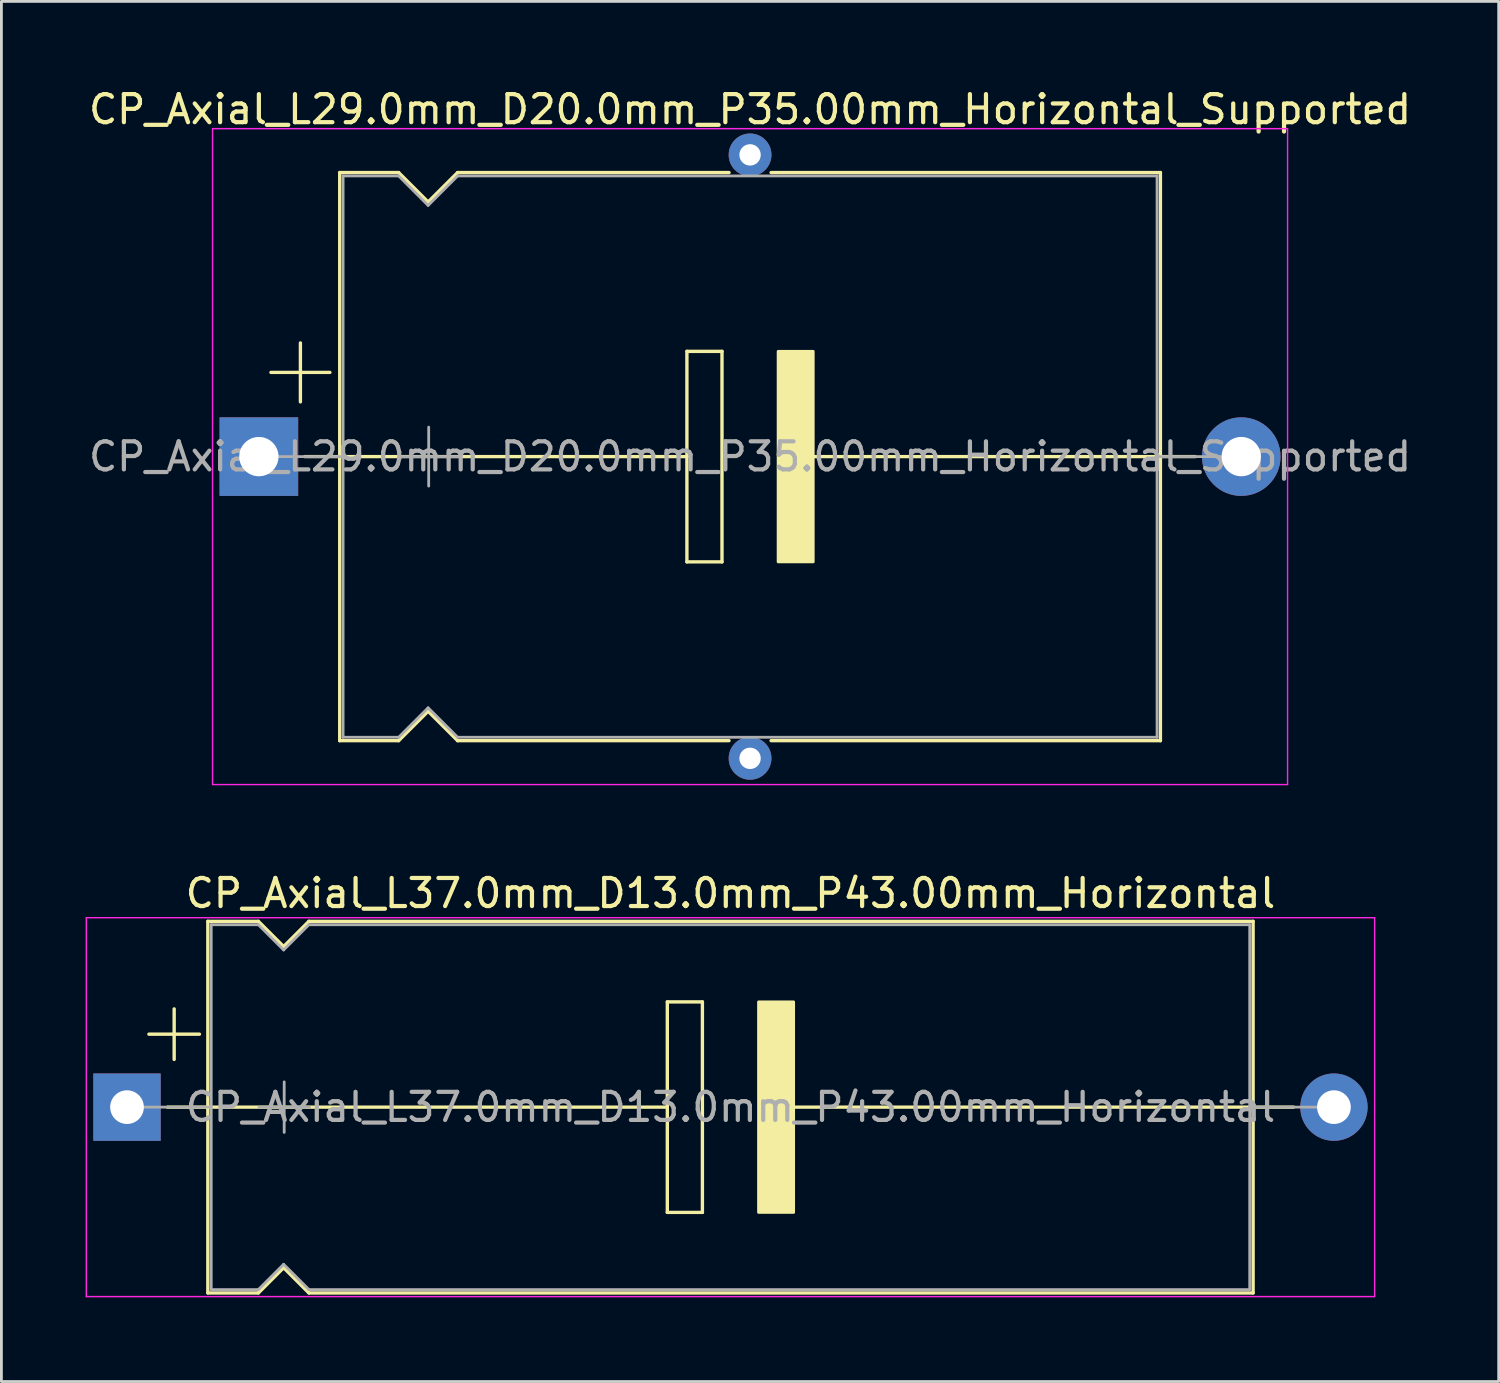
<source format=kicad_pcb>
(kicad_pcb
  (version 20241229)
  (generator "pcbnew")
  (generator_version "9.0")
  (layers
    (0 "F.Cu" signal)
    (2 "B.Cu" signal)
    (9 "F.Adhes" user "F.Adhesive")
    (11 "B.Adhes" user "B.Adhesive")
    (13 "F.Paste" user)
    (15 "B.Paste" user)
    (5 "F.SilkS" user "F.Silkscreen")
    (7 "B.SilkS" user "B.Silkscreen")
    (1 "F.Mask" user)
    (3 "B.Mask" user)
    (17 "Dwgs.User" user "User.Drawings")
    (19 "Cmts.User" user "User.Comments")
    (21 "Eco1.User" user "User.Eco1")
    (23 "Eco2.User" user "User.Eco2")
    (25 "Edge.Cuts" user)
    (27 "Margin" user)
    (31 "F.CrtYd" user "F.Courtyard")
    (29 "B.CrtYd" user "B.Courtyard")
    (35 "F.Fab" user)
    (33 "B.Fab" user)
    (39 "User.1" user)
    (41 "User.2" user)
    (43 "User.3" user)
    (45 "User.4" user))
  (footprint "CP_Axial_L37.0mm_D13.0mm_P43.00mm_Horizontal"
    (layer "F.Cu")
    (at 1.475 36.395)
    (property "Reference" "CP_Axial_L37.0mm_D13.0mm_P43.00mm_Horizontal" (at 21.5 -7.62 0) (layer "F.SilkS") (effects (font (size 1 1) (thickness 0.15))))
    (attr through_hole)
    (fp_line (start 0.78 -2.6) (end 2.58 -2.6) (stroke (width 0.12) (type solid)) (layer "F.SilkS"))
    (fp_line (start 1.44 0) (end 2.88 0) (stroke (width 0.12) (type solid)) (layer "F.SilkS"))
    (fp_line (start 1.68 -3.5) (end 1.68 -1.7) (stroke (width 0.12) (type solid)) (layer "F.SilkS"))
    (fp_line (start 2.88 -6.62) (end 2.88 6.62) (stroke (width 0.12) (type solid)) (layer "F.SilkS"))
    (fp_line (start 2.88 -6.62) (end 4.68 -6.62) (stroke (width 0.12) (type solid)) (layer "F.SilkS"))
    (fp_line (start 2.88 0) (end 19.25 0) (stroke (width 0.12) (type solid)) (layer "F.SilkS"))
    (fp_line (start 2.88 6.62) (end 4.68 6.62) (stroke (width 0.12) (type solid)) (layer "F.SilkS"))
    (fp_line (start 4.68 -6.62) (end 5.58 -5.72) (stroke (width 0.12) (type solid)) (layer "F.SilkS"))
    (fp_line (start 4.68 6.62) (end 5.58 5.72) (stroke (width 0.12) (type solid)) (layer "F.SilkS"))
    (fp_line (start 5.58 -5.72) (end 6.48 -6.62) (stroke (width 0.12) (type solid)) (layer "F.SilkS"))
    (fp_line (start 5.58 5.72) (end 6.48 6.62) (stroke (width 0.12) (type solid)) (layer "F.SilkS"))
    (fp_line (start 6.48 -6.62) (end 40.12 -6.62) (stroke (width 0.12) (type solid)) (layer "F.SilkS"))
    (fp_line (start 6.48 6.62) (end 40.12 6.62) (stroke (width 0.12) (type solid)) (layer "F.SilkS"))
    (fp_line (start 19.25 -3.75) (end 20.5 -3.75) (stroke (width 0.12) (type solid)) (layer "F.SilkS"))
    (fp_line (start 19.25 0) (end 19.25 -3.75) (stroke (width 0.12) (type solid)) (layer "F.SilkS"))
    (fp_line (start 19.25 3.75) (end 19.25 0) (stroke (width 0.12) (type solid)) (layer "F.SilkS"))
    (fp_line (start 20.5 -3.75) (end 20.5 3.75) (stroke (width 0.12) (type solid)) (layer "F.SilkS"))
    (fp_line (start 20.5 3.75) (end 19.25 3.75) (stroke (width 0.12) (type solid)) (layer "F.SilkS"))
    (fp_line (start 23.75 0) (end 40.12 0) (stroke (width 0.12) (type solid)) (layer "F.SilkS"))
    (fp_line (start 40.12 -6.62) (end 40.12 6.62) (stroke (width 0.12) (type solid)) (layer "F.SilkS"))
    (fp_line (start 41.56 0) (end 40.12 0) (stroke (width 0.12) (type solid)) (layer "F.SilkS"))
    (fp_poly (pts (xy 23.75 3.75) (xy 22.5 3.75) (xy 22.5 -3.75) (xy 23.75 -3.75)) (stroke (width 0.1) (type solid)) (fill yes) (layer "F.SilkS"))
    (fp_line (start -1.45 -6.75) (end -1.45 6.75) (stroke (width 0.05) (type solid)) (layer "F.CrtYd"))
    (fp_line (start -1.45 6.75) (end 44.45 6.75) (stroke (width 0.05) (type solid)) (layer "F.CrtYd"))
    (fp_line (start 44.45 -6.75) (end -1.45 -6.75) (stroke (width 0.05) (type solid)) (layer "F.CrtYd"))
    (fp_line (start 44.45 6.75) (end 44.45 -6.75) (stroke (width 0.05) (type solid)) (layer "F.CrtYd"))
    (fp_line (start 0 0) (end 3 0) (stroke (width 0.1) (type solid)) (layer "F.Fab"))
    (fp_line (start 3 -6.5) (end 3 6.5) (stroke (width 0.1) (type solid)) (layer "F.Fab"))
    (fp_line (start 3 -6.5) (end 4.68 -6.5) (stroke (width 0.1) (type solid)) (layer "F.Fab"))
    (fp_line (start 3 6.5) (end 4.68 6.5) (stroke (width 0.1) (type solid)) (layer "F.Fab"))
    (fp_line (start 4.68 -6.5) (end 5.58 -5.6) (stroke (width 0.1) (type solid)) (layer "F.Fab"))
    (fp_line (start 4.68 6.5) (end 5.58 5.6) (stroke (width 0.1) (type solid)) (layer "F.Fab"))
    (fp_line (start 4.7 0) (end 6.5 0) (stroke (width 0.1) (type solid)) (layer "F.Fab"))
    (fp_line (start 5.58 -5.6) (end 6.48 -6.5) (stroke (width 0.1) (type solid)) (layer "F.Fab"))
    (fp_line (start 5.58 5.6) (end 6.48 6.5) (stroke (width 0.1) (type solid)) (layer "F.Fab"))
    (fp_line (start 5.6 -0.9) (end 5.6 0.9) (stroke (width 0.1) (type solid)) (layer "F.Fab"))
    (fp_line (start 6.48 -6.5) (end 40 -6.5) (stroke (width 0.1) (type solid)) (layer "F.Fab"))
    (fp_line (start 6.48 6.5) (end 40 6.5) (stroke (width 0.1) (type solid)) (layer "F.Fab"))
    (fp_line (start 40 -6.5) (end 40 6.5) (stroke (width 0.1) (type solid)) (layer "F.Fab"))
    (fp_line (start 43 0) (end 40 0) (stroke (width 0.1) (type solid)) (layer "F.Fab"))
    (fp_text user "${REFERENCE}" (at 21.5 0 0) (layer "F.Fab") (effects (font (size 1 1) (thickness 0.15))))
    (pad "1" thru_hole rect (at 0 0) (size 2.4 2.4) (drill 1.2) (layers "*.Cu" "*.Mask"))
    (pad "2" thru_hole oval (at 43 0) (size 2.4 2.4) (drill 1.2) (layers "*.Cu" "*.Mask")))
  (footprint "CP_Axial_L29.0mm_D20.0mm_P35.00mm_Horizontal_Supported"
    (layer "F.Cu")
    (at 6.173 13.218)
    (property "Reference" "CP_Axial_L29.0mm_D20.0mm_P35.00mm_Horizontal_Supported" (at 17.5 -12.37 0) (layer "F.SilkS") (effects (font (size 1 1) (thickness 0.15))))
    (attr through_hole)
    (fp_line (start 0.43 -3) (end 2.53 -3) (stroke (width 0.12) (type solid)) (layer "F.SilkS"))
    (fp_line (start 1.48 -4.05) (end 1.48 -1.95) (stroke (width 0.12) (type solid)) (layer "F.SilkS"))
    (fp_line (start 1.64 0) (end 2.88 0) (stroke (width 0.12) (type solid)) (layer "F.SilkS"))
    (fp_line (start 2.88 -10.12) (end 2.88 10.12) (stroke (width 0.12) (type solid)) (layer "F.SilkS"))
    (fp_line (start 2.88 -10.12) (end 4.98 -10.12) (stroke (width 0.12) (type solid)) (layer "F.SilkS"))
    (fp_line (start 2.88 0) (end 15.25 0) (stroke (width 0.12) (type solid)) (layer "F.SilkS"))
    (fp_line (start 2.88 10.12) (end 4.98 10.12) (stroke (width 0.12) (type solid)) (layer "F.SilkS"))
    (fp_line (start 4.98 -10.12) (end 6.03 -9.07) (stroke (width 0.12) (type solid)) (layer "F.SilkS"))
    (fp_line (start 4.98 10.12) (end 6.03 9.07) (stroke (width 0.12) (type solid)) (layer "F.SilkS"))
    (fp_line (start 6.03 -9.07) (end 7.08 -10.12) (stroke (width 0.12) (type solid)) (layer "F.SilkS"))
    (fp_line (start 6.03 9.07) (end 7.08 10.12) (stroke (width 0.12) (type solid)) (layer "F.SilkS"))
    (fp_line (start 7.08 -10.12) (end 16.75 -10.12) (stroke (width 0.12) (type solid)) (layer "F.SilkS"))
    (fp_line (start 7.08 10.12) (end 16.75 10.12) (stroke (width 0.12) (type solid)) (layer "F.SilkS"))
    (fp_line (start 15.25 -3.75) (end 16.5 -3.75) (stroke (width 0.12) (type solid)) (layer "F.SilkS"))
    (fp_line (start 15.25 0) (end 15.25 -3.75) (stroke (width 0.12) (type solid)) (layer "F.SilkS"))
    (fp_line (start 15.25 3.75) (end 15.25 0) (stroke (width 0.12) (type solid)) (layer "F.SilkS"))
    (fp_line (start 16.5 -3.75) (end 16.5 3.75) (stroke (width 0.12) (type solid)) (layer "F.SilkS"))
    (fp_line (start 16.5 3.75) (end 15.25 3.75) (stroke (width 0.12) (type solid)) (layer "F.SilkS"))
    (fp_line (start 18.25 -10.12) (end 32.12 -10.12) (stroke (width 0.12) (type solid)) (layer "F.SilkS"))
    (fp_line (start 18.25 10.12) (end 32.12 10.12) (stroke (width 0.12) (type solid)) (layer "F.SilkS"))
    (fp_line (start 19.75 0) (end 32.12 0) (stroke (width 0.12) (type solid)) (layer "F.SilkS"))
    (fp_line (start 32.12 -10.12) (end 32.12 10.12) (stroke (width 0.12) (type solid)) (layer "F.SilkS"))
    (fp_line (start 33.36 0) (end 32.12 0) (stroke (width 0.12) (type solid)) (layer "F.SilkS"))
    (fp_poly (pts (xy 19.75 3.75) (xy 18.5 3.75) (xy 18.5 -3.75) (xy 19.75 -3.75)) (stroke (width 0.1) (type solid)) (fill yes) (layer "F.SilkS"))
    (fp_line (start -1.65 -11.684) (end -1.65 11.684) (stroke (width 0.05) (type solid)) (layer "F.CrtYd"))
    (fp_line (start -1.65 11.684) (end 36.65 11.684) (stroke (width 0.05) (type solid)) (layer "F.CrtYd"))
    (fp_line (start 36.65 -11.684) (end -1.65 -11.684) (stroke (width 0.05) (type solid)) (layer "F.CrtYd"))
    (fp_line (start 36.65 11.684) (end 36.65 -11.684) (stroke (width 0.05) (type solid)) (layer "F.CrtYd"))
    (fp_line (start 0 0) (end 3 0) (stroke (width 0.1) (type solid)) (layer "F.Fab"))
    (fp_line (start 3 -10) (end 3 10) (stroke (width 0.1) (type solid)) (layer "F.Fab"))
    (fp_line (start 3 -10) (end 4.98 -10) (stroke (width 0.1) (type solid)) (layer "F.Fab"))
    (fp_line (start 3 10) (end 4.98 10) (stroke (width 0.1) (type solid)) (layer "F.Fab"))
    (fp_line (start 4.98 -10) (end 6.03 -8.95) (stroke (width 0.1) (type solid)) (layer "F.Fab"))
    (fp_line (start 4.98 10) (end 6.03 8.95) (stroke (width 0.1) (type solid)) (layer "F.Fab"))
    (fp_line (start 5 0) (end 7.1 0) (stroke (width 0.1) (type solid)) (layer "F.Fab"))
    (fp_line (start 6.03 -8.95) (end 7.08 -10) (stroke (width 0.1) (type solid)) (layer "F.Fab"))
    (fp_line (start 6.03 8.95) (end 7.08 10) (stroke (width 0.1) (type solid)) (layer "F.Fab"))
    (fp_line (start 6.05 -1.05) (end 6.05 1.05) (stroke (width 0.1) (type solid)) (layer "F.Fab"))
    (fp_line (start 7.08 -10) (end 32 -10) (stroke (width 0.1) (type solid)) (layer "F.Fab"))
    (fp_line (start 7.08 10) (end 32 10) (stroke (width 0.1) (type solid)) (layer "F.Fab"))
    (fp_line (start 32 -10) (end 32 10) (stroke (width 0.1) (type solid)) (layer "F.Fab"))
    (fp_line (start 35 0) (end 32 0) (stroke (width 0.1) (type solid)) (layer "F.Fab"))
    (fp_text user "${REFERENCE}" (at 17.5 0 0) (layer "F.Fab") (effects (font (size 1 1) (thickness 0.15))))
    (pad "" thru_hole circle (at 17.5 -10.75) (size 1.524 1.524) (drill 0.762) (layers "*.Cu" "*.Mask"))
    (pad "" thru_hole circle (at 17.5 10.75) (size 1.524 1.524) (drill 0.762) (layers "*.Cu" "*.Mask"))
    (pad "1" thru_hole rect (at 0 0) (size 2.8 2.8) (drill 1.4) (layers "*.Cu" "*.Mask"))
    (pad "2" thru_hole oval (at 35 0) (size 2.8 2.8) (drill 1.4) (layers "*.Cu" "*.Mask")))
  (gr_rect
    (start -3 -3)
    (end 50.345 46.17)
    (stroke (width 0.1) (type default))
    (fill no)
    (layer "Edge.Cuts")))
</source>
